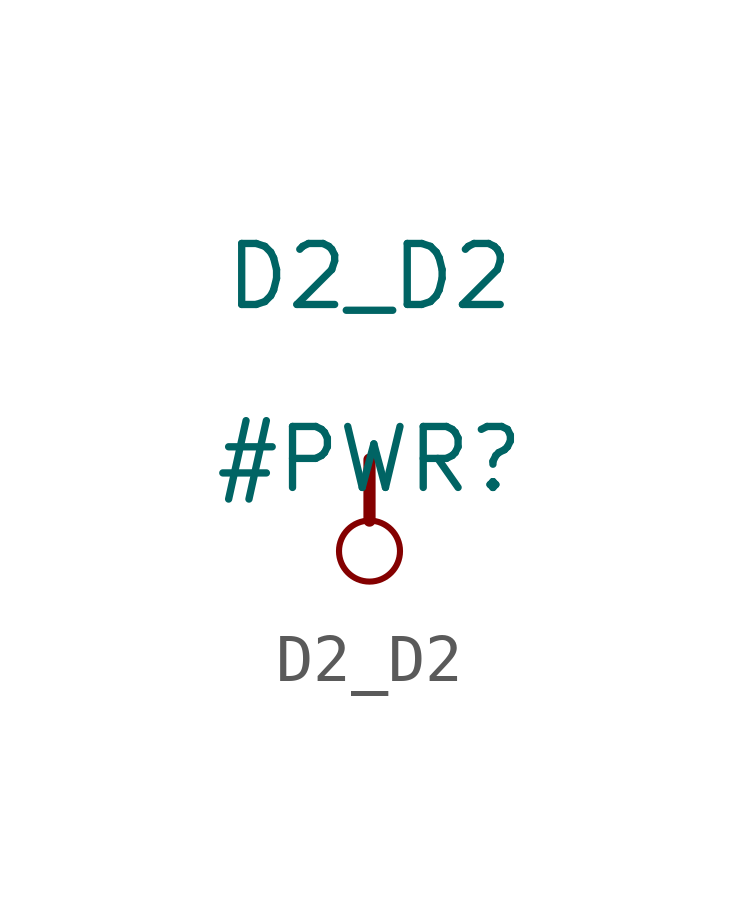
<source format=kicad_sym>
(kicad_symbol_lib
  (version 20211014)
  (generator kicad_symbol_editor)
  (symbol "D2_D2"
    (power)
    (property "Reference" "#PWR"
      (at 0 0 0)
      (effects (font (size 1.27 1.27))))
    (property "Value" "D2_D2"
      (at 0 3.81 0)
      (effects (font (size 1.27 1.27))))
    (symbol "D2_D2_0_0"
      (circle (center 0 -1.905) (radius 0.635) (stroke (width 0.127) (type default) (color 0 0 0 0)) (fill (type none)))
      (polyline (pts (xy 0 0) (xy 0 -1.27)) (stroke (width 0.254) (type default) (color 0 0 0 0)) (fill (type none)))
      (pin power_in line (at 0 0 0) (length 0) hide (name "D2_D2" (effects (font (size 1.27 1.27)))) (number "" (effects (font (size 1.27 1.27))))))))
</source>
